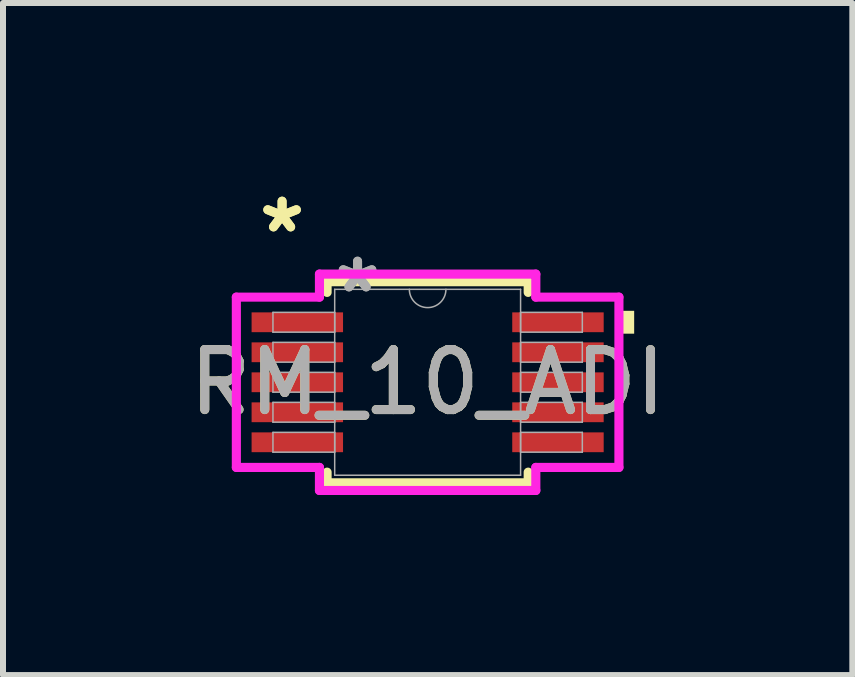
<source format=kicad_pcb>
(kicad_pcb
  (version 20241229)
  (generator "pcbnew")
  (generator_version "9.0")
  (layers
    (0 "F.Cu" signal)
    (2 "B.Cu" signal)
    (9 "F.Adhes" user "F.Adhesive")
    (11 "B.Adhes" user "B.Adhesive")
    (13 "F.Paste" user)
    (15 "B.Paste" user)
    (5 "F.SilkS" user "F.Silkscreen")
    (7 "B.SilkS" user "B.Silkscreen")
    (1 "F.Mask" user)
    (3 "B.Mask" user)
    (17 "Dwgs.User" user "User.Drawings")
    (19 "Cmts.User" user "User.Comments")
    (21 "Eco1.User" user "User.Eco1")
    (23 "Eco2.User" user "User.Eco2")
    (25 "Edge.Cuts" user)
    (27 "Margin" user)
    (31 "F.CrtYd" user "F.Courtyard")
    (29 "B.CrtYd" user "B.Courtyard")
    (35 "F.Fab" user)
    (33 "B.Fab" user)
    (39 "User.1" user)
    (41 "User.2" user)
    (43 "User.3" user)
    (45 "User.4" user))
  (footprint "RM_10_ADI"
    (layer "F.Cu")
    (at 4.077 3.321)
    (property "Reference" "RM_10_ADI" (at 0 0 0) (unlocked yes) (layer "F.SilkS") (effects (font (size 1 1) (thickness 0.15))))
    (attr smd)
    (fp_line (start -1.676 -1.676) (end -1.676 -1.498) (stroke (width 0.152) (type solid)) (layer "F.SilkS"))
    (fp_line (start -1.676 1.498) (end -1.676 1.676) (stroke (width 0.152) (type solid)) (layer "F.SilkS"))
    (fp_line (start -1.676 1.676) (end 1.676 1.676) (stroke (width 0.152) (type solid)) (layer "F.SilkS"))
    (fp_line (start 1.676 -1.676) (end -1.676 -1.676) (stroke (width 0.152) (type solid)) (layer "F.SilkS"))
    (fp_line (start 1.676 -1.498) (end 1.676 -1.676) (stroke (width 0.152) (type solid)) (layer "F.SilkS"))
    (fp_line (start 1.676 1.676) (end 1.676 1.498) (stroke (width 0.152) (type solid)) (layer "F.SilkS"))
    (fp_poly (pts (xy 3.442 -1.191) (xy 3.442 -0.81) (xy 3.188 -0.81) (xy 3.188 -1.191)) (stroke (width 0) (type solid)) (fill yes) (layer "F.SilkS"))
    (fp_line (start -3.188 -1.419) (end -1.803 -1.419) (stroke (width 0.152) (type solid)) (layer "F.CrtYd"))
    (fp_line (start -3.188 1.419) (end -3.188 -1.419) (stroke (width 0.152) (type solid)) (layer "F.CrtYd"))
    (fp_line (start -3.188 1.419) (end -1.803 1.419) (stroke (width 0.152) (type solid)) (layer "F.CrtYd"))
    (fp_line (start -1.803 -1.803) (end 1.803 -1.803) (stroke (width 0.152) (type solid)) (layer "F.CrtYd"))
    (fp_line (start -1.803 -1.419) (end -1.803 -1.803) (stroke (width 0.152) (type solid)) (layer "F.CrtYd"))
    (fp_line (start -1.803 1.803) (end -1.803 1.419) (stroke (width 0.152) (type solid)) (layer "F.CrtYd"))
    (fp_line (start 1.803 -1.803) (end 1.803 -1.419) (stroke (width 0.152) (type solid)) (layer "F.CrtYd"))
    (fp_line (start 1.803 1.419) (end 1.803 1.803) (stroke (width 0.152) (type solid)) (layer "F.CrtYd"))
    (fp_line (start 1.803 1.803) (end -1.803 1.803) (stroke (width 0.152) (type solid)) (layer "F.CrtYd"))
    (fp_line (start 3.188 -1.419) (end 1.803 -1.419) (stroke (width 0.152) (type solid)) (layer "F.CrtYd"))
    (fp_line (start 3.188 -1.419) (end 3.188 1.419) (stroke (width 0.152) (type solid)) (layer "F.CrtYd"))
    (fp_line (start 3.188 1.419) (end 1.803 1.419) (stroke (width 0.152) (type solid)) (layer "F.CrtYd"))
    (fp_line (start -2.578 -1.165) (end -2.578 -0.835) (stroke (width 0.025) (type solid)) (layer "F.Fab"))
    (fp_line (start -2.578 -0.835) (end -1.549 -0.835) (stroke (width 0.025) (type solid)) (layer "F.Fab"))
    (fp_line (start -2.578 -0.665) (end -2.578 -0.335) (stroke (width 0.025) (type solid)) (layer "F.Fab"))
    (fp_line (start -2.578 -0.335) (end -1.549 -0.335) (stroke (width 0.025) (type solid)) (layer "F.Fab"))
    (fp_line (start -2.578 -0.165) (end -2.578 0.165) (stroke (width 0.025) (type solid)) (layer "F.Fab"))
    (fp_line (start -2.578 0.165) (end -1.549 0.165) (stroke (width 0.025) (type solid)) (layer "F.Fab"))
    (fp_line (start -2.578 0.335) (end -2.578 0.665) (stroke (width 0.025) (type solid)) (layer "F.Fab"))
    (fp_line (start -2.578 0.665) (end -1.549 0.665) (stroke (width 0.025) (type solid)) (layer "F.Fab"))
    (fp_line (start -2.578 0.835) (end -2.578 1.165) (stroke (width 0.025) (type solid)) (layer "F.Fab"))
    (fp_line (start -2.578 1.165) (end -1.549 1.165) (stroke (width 0.025) (type solid)) (layer "F.Fab"))
    (fp_line (start -1.549 -1.549) (end -1.549 1.549) (stroke (width 0.025) (type solid)) (layer "F.Fab"))
    (fp_line (start -1.549 -1.165) (end -2.578 -1.165) (stroke (width 0.025) (type solid)) (layer "F.Fab"))
    (fp_line (start -1.549 -0.835) (end -1.549 -1.165) (stroke (width 0.025) (type solid)) (layer "F.Fab"))
    (fp_line (start -1.549 -0.665) (end -2.578 -0.665) (stroke (width 0.025) (type solid)) (layer "F.Fab"))
    (fp_line (start -1.549 -0.335) (end -1.549 -0.665) (stroke (width 0.025) (type solid)) (layer "F.Fab"))
    (fp_line (start -1.549 -0.165) (end -2.578 -0.165) (stroke (width 0.025) (type solid)) (layer "F.Fab"))
    (fp_line (start -1.549 0.165) (end -1.549 -0.165) (stroke (width 0.025) (type solid)) (layer "F.Fab"))
    (fp_line (start -1.549 0.335) (end -2.578 0.335) (stroke (width 0.025) (type solid)) (layer "F.Fab"))
    (fp_line (start -1.549 0.665) (end -1.549 0.335) (stroke (width 0.025) (type solid)) (layer "F.Fab"))
    (fp_line (start -1.549 0.835) (end -2.578 0.835) (stroke (width 0.025) (type solid)) (layer "F.Fab"))
    (fp_line (start -1.549 1.165) (end -1.549 0.835) (stroke (width 0.025) (type solid)) (layer "F.Fab"))
    (fp_line (start -1.549 1.549) (end 1.549 1.549) (stroke (width 0.025) (type solid)) (layer "F.Fab"))
    (fp_line (start 1.549 -1.549) (end -1.549 -1.549) (stroke (width 0.025) (type solid)) (layer "F.Fab"))
    (fp_line (start 1.549 -1.165) (end 1.549 -0.835) (stroke (width 0.025) (type solid)) (layer "F.Fab"))
    (fp_line (start 1.549 -0.835) (end 2.578 -0.835) (stroke (width 0.025) (type solid)) (layer "F.Fab"))
    (fp_line (start 1.549 -0.665) (end 1.549 -0.335) (stroke (width 0.025) (type solid)) (layer "F.Fab"))
    (fp_line (start 1.549 -0.335) (end 2.578 -0.335) (stroke (width 0.025) (type solid)) (layer "F.Fab"))
    (fp_line (start 1.549 -0.165) (end 1.549 0.165) (stroke (width 0.025) (type solid)) (layer "F.Fab"))
    (fp_line (start 1.549 0.165) (end 2.578 0.165) (stroke (width 0.025) (type solid)) (layer "F.Fab"))
    (fp_line (start 1.549 0.335) (end 1.549 0.665) (stroke (width 0.025) (type solid)) (layer "F.Fab"))
    (fp_line (start 1.549 0.665) (end 2.578 0.665) (stroke (width 0.025) (type solid)) (layer "F.Fab"))
    (fp_line (start 1.549 0.835) (end 1.549 1.165) (stroke (width 0.025) (type solid)) (layer "F.Fab"))
    (fp_line (start 1.549 1.165) (end 2.578 1.165) (stroke (width 0.025) (type solid)) (layer "F.Fab"))
    (fp_line (start 1.549 1.549) (end 1.549 -1.549) (stroke (width 0.025) (type solid)) (layer "F.Fab"))
    (fp_line (start 2.578 -1.165) (end 1.549 -1.165) (stroke (width 0.025) (type solid)) (layer "F.Fab"))
    (fp_line (start 2.578 -0.835) (end 2.578 -1.165) (stroke (width 0.025) (type solid)) (layer "F.Fab"))
    (fp_line (start 2.578 -0.665) (end 1.549 -0.665) (stroke (width 0.025) (type solid)) (layer "F.Fab"))
    (fp_line (start 2.578 -0.335) (end 2.578 -0.665) (stroke (width 0.025) (type solid)) (layer "F.Fab"))
    (fp_line (start 2.578 -0.165) (end 1.549 -0.165) (stroke (width 0.025) (type solid)) (layer "F.Fab"))
    (fp_line (start 2.578 0.165) (end 2.578 -0.165) (stroke (width 0.025) (type solid)) (layer "F.Fab"))
    (fp_line (start 2.578 0.335) (end 1.549 0.335) (stroke (width 0.025) (type solid)) (layer "F.Fab"))
    (fp_line (start 2.578 0.665) (end 2.578 0.335) (stroke (width 0.025) (type solid)) (layer "F.Fab"))
    (fp_line (start 2.578 0.835) (end 1.549 0.835) (stroke (width 0.025) (type solid)) (layer "F.Fab"))
    (fp_line (start 2.578 1.165) (end 2.578 0.835) (stroke (width 0.025) (type solid)) (layer "F.Fab"))
    (fp_arc (start 0.3048 -1.5494) (mid 0 -1.2446) (end -0.3048 -1.5494) (stroke (width 0.0254) (type solid)) (layer "F.Fab"))
    (fp_text user "*" (at -2.426 -2.473 0) (layer "F.SilkS") (effects (font (size 1 1) (thickness 0.15))))
    (fp_text user "*" (at -2.426 -2.473 0) (unlocked yes) (layer "F.SilkS") (effects (font (size 1 1) (thickness 0.15))))
    (fp_text user "${REFERENCE}" (at 0 0 0) (unlocked yes) (layer "F.Fab") (effects (font (size 1 1) (thickness 0.15))))
    (fp_text user "*" (at -1.168 -1.473 0) (layer "F.Fab") (effects (font (size 1 1) (thickness 0.15))))
    (fp_text user "*" (at -1.168 -1.473 0) (unlocked yes) (layer "F.Fab") (effects (font (size 1 1) (thickness 0.15))))
    (pad "1" smd rect (at -2.172 -1) (size 1.524 0.33) (layers "F.Cu" "F.Mask" "F.Paste"))
    (pad "2" smd rect (at -2.172 -0.5) (size 1.524 0.33) (layers "F.Cu" "F.Mask" "F.Paste"))
    (pad "3" smd rect (at -2.172 0) (size 1.524 0.33) (layers "F.Cu" "F.Mask" "F.Paste"))
    (pad "4" smd rect (at -2.172 0.5) (size 1.524 0.33) (layers "F.Cu" "F.Mask" "F.Paste"))
    (pad "5" smd rect (at -2.172 1) (size 1.524 0.33) (layers "F.Cu" "F.Mask" "F.Paste"))
    (pad "6" smd rect (at 2.172 1) (size 1.524 0.33) (layers "F.Cu" "F.Mask" "F.Paste"))
    (pad "7" smd rect (at 2.172 0.5) (size 1.524 0.33) (layers "F.Cu" "F.Mask" "F.Paste"))
    (pad "8" smd rect (at 2.172 0) (size 1.524 0.33) (layers "F.Cu" "F.Mask" "F.Paste"))
    (pad "9" smd rect (at 2.172 -0.5) (size 1.524 0.33) (layers "F.Cu" "F.Mask" "F.Paste"))
    (pad "10" smd rect (at 2.172 -1) (size 1.524 0.33) (layers "F.Cu" "F.Mask" "F.Paste")))
  (gr_rect
    (start -3 -3)
    (end 11.155 8.201)
    (stroke (width 0.1) (type default))
    (fill no)
    (layer "Edge.Cuts")))
</source>
